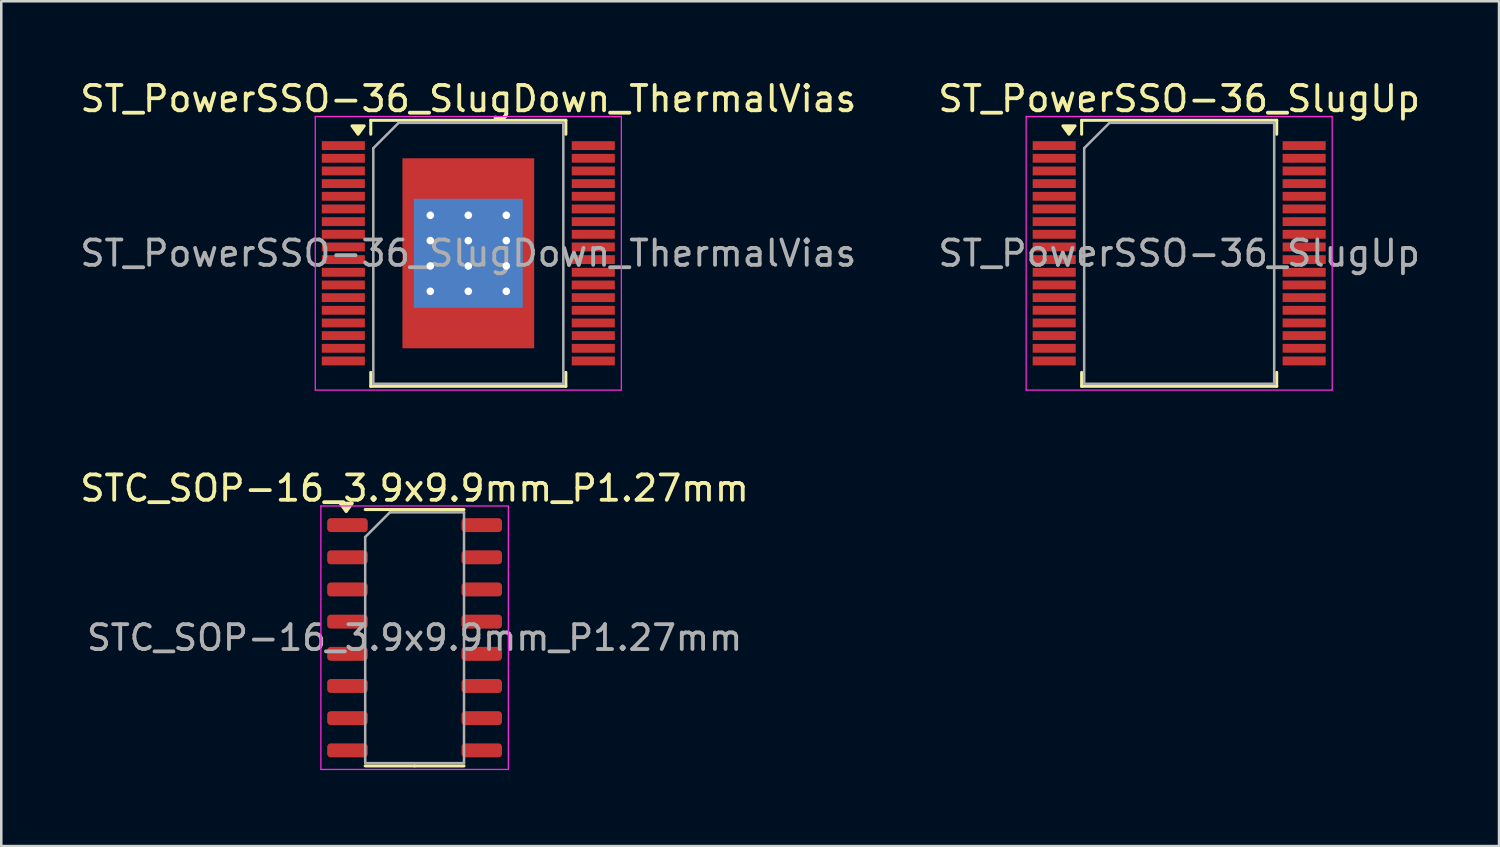
<source format=kicad_pcb>
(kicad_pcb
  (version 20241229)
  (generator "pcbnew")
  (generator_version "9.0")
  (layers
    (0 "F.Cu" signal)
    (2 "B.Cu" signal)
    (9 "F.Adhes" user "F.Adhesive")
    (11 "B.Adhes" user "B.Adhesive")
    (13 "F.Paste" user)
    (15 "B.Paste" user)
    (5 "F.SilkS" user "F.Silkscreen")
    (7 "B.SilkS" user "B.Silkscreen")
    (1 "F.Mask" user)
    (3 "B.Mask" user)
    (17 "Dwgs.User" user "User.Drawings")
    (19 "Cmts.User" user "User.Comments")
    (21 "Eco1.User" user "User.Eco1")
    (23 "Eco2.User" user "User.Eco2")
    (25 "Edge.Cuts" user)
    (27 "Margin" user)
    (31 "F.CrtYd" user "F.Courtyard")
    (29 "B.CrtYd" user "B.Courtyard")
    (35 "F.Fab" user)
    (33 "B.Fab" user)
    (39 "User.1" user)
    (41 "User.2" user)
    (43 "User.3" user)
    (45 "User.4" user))
  (footprint "ST_PowerSSO-36_SlugDown_ThermalVias"
    (layer "F.Cu")
    (at 15.435 6.948)
    (property "Reference" "ST_PowerSSO-36_SlugDown_ThermalVias" (at 0 -6.1 0) (layer "F.SilkS") (effects (font (size 1 1) (thickness 0.15))))
    (attr smd)
    (fp_line (start -3.85 -5.25) (end -3.85 -4.7) (stroke (width 0.12) (type solid)) (layer "F.SilkS"))
    (fp_line (start -3.85 5.25) (end -3.85 4.7) (stroke (width 0.12) (type solid)) (layer "F.SilkS"))
    (fp_line (start 3.85 -5.25) (end -3.85 -5.25) (stroke (width 0.12) (type solid)) (layer "F.SilkS"))
    (fp_line (start 3.85 -5.25) (end 3.85 -4.7) (stroke (width 0.12) (type solid)) (layer "F.SilkS"))
    (fp_line (start 3.85 5.25) (end -3.85 5.25) (stroke (width 0.12) (type solid)) (layer "F.SilkS"))
    (fp_line (start 3.85 5.25) (end 3.85 4.7) (stroke (width 0.12) (type solid)) (layer "F.SilkS"))
    (fp_poly (pts (xy -4.35 -4.7) (xy -4.59 -5.03) (xy -4.11 -5.03) (xy -4.35 -4.7)) (stroke (width 0.12) (type solid)) (fill yes) (layer "F.SilkS"))
    (fp_line (start -6.04 -5.4) (end -6.04 5.4) (stroke (width 0.05) (type solid)) (layer "F.CrtYd"))
    (fp_line (start -6.04 -5.4) (end 6.04 -5.4) (stroke (width 0.05) (type solid)) (layer "F.CrtYd"))
    (fp_line (start 6.04 5.4) (end -6.04 5.4) (stroke (width 0.05) (type solid)) (layer "F.CrtYd"))
    (fp_line (start 6.04 5.4) (end 6.04 -5.4) (stroke (width 0.05) (type solid)) (layer "F.CrtYd"))
    (fp_line (start -3.75 -4.15) (end -3.75 5.15) (stroke (width 0.1) (type solid)) (layer "F.Fab"))
    (fp_line (start -3.75 5.15) (end 3.75 5.15) (stroke (width 0.1) (type solid)) (layer "F.Fab"))
    (fp_line (start -2.75 -5.15) (end -3.75 -4.15) (stroke (width 0.1) (type solid)) (layer "F.Fab"))
    (fp_line (start 3.75 -5.15) (end -2.75 -5.15) (stroke (width 0.1) (type solid)) (layer "F.Fab"))
    (fp_line (start 3.75 5.15) (end 3.75 -5.15) (stroke (width 0.1) (type solid)) (layer "F.Fab"))
    (fp_text user "${REFERENCE}" (at 0 0 0) (layer "F.Fab") (effects (font (size 1 1) (thickness 0.15))))
    (pad "1" smd rect (at -4.933 -4.25) (size 1.7 0.35) (layers "F.Cu" "F.Mask" "F.Paste"))
    (pad "2" smd rect (at -4.933 -3.75) (size 1.7 0.35) (layers "F.Cu" "F.Mask" "F.Paste"))
    (pad "3" smd rect (at -4.933 -3.25) (size 1.7 0.35) (layers "F.Cu" "F.Mask" "F.Paste"))
    (pad "4" smd rect (at -4.933 -2.75) (size 1.7 0.35) (layers "F.Cu" "F.Mask" "F.Paste"))
    (pad "5" smd rect (at -4.933 -2.25) (size 1.7 0.35) (layers "F.Cu" "F.Mask" "F.Paste"))
    (pad "6" smd rect (at -4.933 -1.75) (size 1.7 0.35) (layers "F.Cu" "F.Mask" "F.Paste"))
    (pad "7" smd rect (at -4.933 -1.25) (size 1.7 0.35) (layers "F.Cu" "F.Mask" "F.Paste"))
    (pad "8" smd rect (at -4.933 -0.75) (size 1.7 0.35) (layers "F.Cu" "F.Mask" "F.Paste"))
    (pad "9" smd rect (at -4.933 -0.25) (size 1.7 0.35) (layers "F.Cu" "F.Mask" "F.Paste"))
    (pad "10" smd rect (at -4.933 0.25) (size 1.7 0.35) (layers "F.Cu" "F.Mask" "F.Paste"))
    (pad "11" smd rect (at -4.933 0.75) (size 1.7 0.35) (layers "F.Cu" "F.Mask" "F.Paste"))
    (pad "12" smd rect (at -4.933 1.25) (size 1.7 0.35) (layers "F.Cu" "F.Mask" "F.Paste"))
    (pad "13" smd rect (at -4.933 1.75) (size 1.7 0.35) (layers "F.Cu" "F.Mask" "F.Paste"))
    (pad "14" smd rect (at -4.933 2.25) (size 1.7 0.35) (layers "F.Cu" "F.Mask" "F.Paste"))
    (pad "15" smd rect (at -4.933 2.75) (size 1.7 0.35) (layers "F.Cu" "F.Mask" "F.Paste"))
    (pad "16" smd rect (at -4.933 3.25) (size 1.7 0.35) (layers "F.Cu" "F.Mask" "F.Paste"))
    (pad "17" smd rect (at -4.933 3.75) (size 1.7 0.35) (layers "F.Cu" "F.Mask" "F.Paste"))
    (pad "18" smd rect (at -4.933 4.25) (size 1.7 0.35) (layers "F.Cu" "F.Mask" "F.Paste"))
    (pad "19" smd rect (at 4.933 4.25) (size 1.7 0.35) (layers "F.Cu" "F.Mask" "F.Paste"))
    (pad "20" smd rect (at 4.933 3.75) (size 1.7 0.35) (layers "F.Cu" "F.Mask" "F.Paste"))
    (pad "21" smd rect (at 4.933 3.25) (size 1.7 0.35) (layers "F.Cu" "F.Mask" "F.Paste"))
    (pad "22" smd rect (at 4.933 2.75) (size 1.7 0.35) (layers "F.Cu" "F.Mask" "F.Paste"))
    (pad "23" smd rect (at 4.933 2.25) (size 1.7 0.35) (layers "F.Cu" "F.Mask" "F.Paste"))
    (pad "24" smd rect (at 4.933 1.75) (size 1.7 0.35) (layers "F.Cu" "F.Mask" "F.Paste"))
    (pad "25" smd rect (at 4.933 1.25) (size 1.7 0.35) (layers "F.Cu" "F.Mask" "F.Paste"))
    (pad "26" smd rect (at 4.933 0.75) (size 1.7 0.35) (layers "F.Cu" "F.Mask" "F.Paste"))
    (pad "27" smd rect (at 4.933 0.25) (size 1.7 0.35) (layers "F.Cu" "F.Mask" "F.Paste"))
    (pad "28" smd rect (at 4.933 -0.25) (size 1.7 0.35) (layers "F.Cu" "F.Mask" "F.Paste"))
    (pad "29" smd rect (at 4.933 -0.75) (size 1.7 0.35) (layers "F.Cu" "F.Mask" "F.Paste"))
    (pad "30" smd rect (at 4.933 -1.25) (size 1.7 0.35) (layers "F.Cu" "F.Mask" "F.Paste"))
    (pad "31" smd rect (at 4.933 -1.75) (size 1.7 0.35) (layers "F.Cu" "F.Mask" "F.Paste"))
    (pad "32" smd rect (at 4.933 -2.25) (size 1.7 0.35) (layers "F.Cu" "F.Mask" "F.Paste"))
    (pad "33" smd rect (at 4.933 -2.75) (size 1.7 0.35) (layers "F.Cu" "F.Mask" "F.Paste"))
    (pad "34" smd rect (at 4.933 -3.25) (size 1.7 0.35) (layers "F.Cu" "F.Mask" "F.Paste"))
    (pad "35" smd rect (at 4.933 -3.75) (size 1.7 0.35) (layers "F.Cu" "F.Mask" "F.Paste"))
    (pad "36" smd rect (at 4.933 -4.25) (size 1.7 0.35) (layers "F.Cu" "F.Mask" "F.Paste"))
    (pad "37" thru_hole circle (at -1.5 -1.5) (size 0.6 0.6) (drill 0.3) (layers "*.Cu"))
    (pad "37" thru_hole circle (at -1.5 -0.5) (size 0.6 0.6) (drill 0.3) (layers "*.Cu"))
    (pad "37" thru_hole circle (at -1.5 0.5) (size 0.6 0.6) (drill 0.3) (layers "*.Cu"))
    (pad "37" thru_hole circle (at -1.5 1.5) (size 0.6 0.6) (drill 0.3) (layers "*.Cu"))
    (pad "37" thru_hole circle (at 0 -1.5) (size 0.6 0.6) (drill 0.3) (layers "*.Cu"))
    (pad "37" thru_hole circle (at 0 -0.5) (size 0.6 0.6) (drill 0.3) (layers "*.Cu"))
    (pad "37" smd rect (at 0 0) (size 4.3 4.3) (layers "B.Cu"))
    (pad "37" smd rect (at 0 0) (size 5.2 7.5) (layers "F.Cu" "F.Mask" "F.Paste"))
    (pad "37" thru_hole circle (at 0 0.5) (size 0.6 0.6) (drill 0.3) (layers "*.Cu"))
    (pad "37" thru_hole circle (at 0 1.5) (size 0.6 0.6) (drill 0.3) (layers "*.Cu"))
    (pad "37" thru_hole circle (at 1.5 -1.5) (size 0.6 0.6) (drill 0.3) (layers "*.Cu"))
    (pad "37" thru_hole circle (at 1.5 -0.5) (size 0.6 0.6) (drill 0.3) (layers "*.Cu"))
    (pad "37" thru_hole circle (at 1.5 0.5) (size 0.6 0.6) (drill 0.3) (layers "*.Cu"))
    (pad "37" thru_hole circle (at 1.5 1.5) (size 0.6 0.6) (drill 0.3) (layers "*.Cu")))
  (footprint "STC_SOP-16_3.9x9.9mm_P1.27mm"
    (layer "F.Cu")
    (at 13.315 22.122)
    (property "Reference" "STC_SOP-16_3.9x9.9mm_P1.27mm" (at 0 -5.9 0) (layer "F.SilkS") (effects (font (size 1 1) (thickness 0.15))))
    (attr smd)
    (fp_line (start 0 -5.06) (end -1.95 -5.06) (stroke (width 0.12) (type solid)) (layer "F.SilkS"))
    (fp_line (start 0 -5.06) (end 1.95 -5.06) (stroke (width 0.12) (type solid)) (layer "F.SilkS"))
    (fp_line (start 0 5.06) (end -1.95 5.06) (stroke (width 0.12) (type solid)) (layer "F.SilkS"))
    (fp_line (start 0 5.06) (end 1.95 5.06) (stroke (width 0.12) (type solid)) (layer "F.SilkS"))
    (fp_poly (pts (xy -2.7 -4.98) (xy -2.94 -5.31) (xy -2.46 -5.31) (xy -2.7 -4.98)) (stroke (width 0.12) (type solid)) (fill yes) (layer "F.SilkS"))
    (fp_line (start -3.7 -5.2) (end -3.7 5.2) (stroke (width 0.05) (type solid)) (layer "F.CrtYd"))
    (fp_line (start -3.7 5.2) (end 3.7 5.2) (stroke (width 0.05) (type solid)) (layer "F.CrtYd"))
    (fp_line (start 3.7 -5.2) (end -3.7 -5.2) (stroke (width 0.05) (type solid)) (layer "F.CrtYd"))
    (fp_line (start 3.7 5.2) (end 3.7 -5.2) (stroke (width 0.05) (type solid)) (layer "F.CrtYd"))
    (fp_line (start -1.95 -3.975) (end -0.975 -4.95) (stroke (width 0.1) (type solid)) (layer "F.Fab"))
    (fp_line (start -1.95 4.95) (end -1.95 -3.975) (stroke (width 0.1) (type solid)) (layer "F.Fab"))
    (fp_line (start -0.975 -4.95) (end 1.95 -4.95) (stroke (width 0.1) (type solid)) (layer "F.Fab"))
    (fp_line (start 1.95 -4.95) (end 1.95 4.95) (stroke (width 0.1) (type solid)) (layer "F.Fab"))
    (fp_line (start 1.95 4.95) (end -1.95 4.95) (stroke (width 0.1) (type solid)) (layer "F.Fab"))
    (fp_text user "${REFERENCE}" (at 0 0 0) (layer "F.Fab") (effects (font (size 0.98 0.98) (thickness 0.15))))
    (pad "1" smd roundrect (at -2.65 -4.445) (size 1.6 0.55) (layers "F.Cu" "F.Mask" "F.Paste") (roundrect_rratio 0.25))
    (pad "2" smd roundrect (at -2.65 -3.175) (size 1.6 0.55) (layers "F.Cu" "F.Mask" "F.Paste") (roundrect_rratio 0.25))
    (pad "3" smd roundrect (at -2.65 -1.905) (size 1.6 0.55) (layers "F.Cu" "F.Mask" "F.Paste") (roundrect_rratio 0.25))
    (pad "4" smd roundrect (at -2.65 -0.635) (size 1.6 0.55) (layers "F.Cu" "F.Mask" "F.Paste") (roundrect_rratio 0.25))
    (pad "5" smd roundrect (at -2.65 0.635) (size 1.6 0.55) (layers "F.Cu" "F.Mask" "F.Paste") (roundrect_rratio 0.25))
    (pad "6" smd roundrect (at -2.65 1.905) (size 1.6 0.55) (layers "F.Cu" "F.Mask" "F.Paste") (roundrect_rratio 0.25))
    (pad "7" smd roundrect (at -2.65 3.175) (size 1.6 0.55) (layers "F.Cu" "F.Mask" "F.Paste") (roundrect_rratio 0.25))
    (pad "8" smd roundrect (at -2.65 4.445) (size 1.6 0.55) (layers "F.Cu" "F.Mask" "F.Paste") (roundrect_rratio 0.25))
    (pad "9" smd roundrect (at 2.65 4.445) (size 1.6 0.55) (layers "F.Cu" "F.Mask" "F.Paste") (roundrect_rratio 0.25))
    (pad "10" smd roundrect (at 2.65 3.175) (size 1.6 0.55) (layers "F.Cu" "F.Mask" "F.Paste") (roundrect_rratio 0.25))
    (pad "11" smd roundrect (at 2.65 1.905) (size 1.6 0.55) (layers "F.Cu" "F.Mask" "F.Paste") (roundrect_rratio 0.25))
    (pad "12" smd roundrect (at 2.65 0.635) (size 1.6 0.55) (layers "F.Cu" "F.Mask" "F.Paste") (roundrect_rratio 0.25))
    (pad "13" smd roundrect (at 2.65 -0.635) (size 1.6 0.55) (layers "F.Cu" "F.Mask" "F.Paste") (roundrect_rratio 0.25))
    (pad "14" smd roundrect (at 2.65 -1.905) (size 1.6 0.55) (layers "F.Cu" "F.Mask" "F.Paste") (roundrect_rratio 0.25))
    (pad "15" smd roundrect (at 2.65 -3.175) (size 1.6 0.55) (layers "F.Cu" "F.Mask" "F.Paste") (roundrect_rratio 0.25))
    (pad "16" smd roundrect (at 2.65 -4.445) (size 1.6 0.55) (layers "F.Cu" "F.Mask" "F.Paste") (roundrect_rratio 0.25)))
  (footprint "ST_PowerSSO-36_SlugUp"
    (layer "F.Cu")
    (at 43.494 6.948)
    (property "Reference" "ST_PowerSSO-36_SlugUp" (at 0 -6.1 0) (layer "F.SilkS") (effects (font (size 1 1) (thickness 0.15))))
    (attr smd)
    (fp_line (start -3.85 -5.25) (end -3.85 -4.7) (stroke (width 0.12) (type solid)) (layer "F.SilkS"))
    (fp_line (start -3.85 5.25) (end -3.85 4.7) (stroke (width 0.12) (type solid)) (layer "F.SilkS"))
    (fp_line (start 3.85 -5.25) (end -3.85 -5.25) (stroke (width 0.12) (type solid)) (layer "F.SilkS"))
    (fp_line (start 3.85 -5.25) (end 3.85 -4.7) (stroke (width 0.12) (type solid)) (layer "F.SilkS"))
    (fp_line (start 3.85 5.25) (end -3.85 5.25) (stroke (width 0.12) (type solid)) (layer "F.SilkS"))
    (fp_line (start 3.85 5.25) (end 3.85 4.7) (stroke (width 0.12) (type solid)) (layer "F.SilkS"))
    (fp_poly (pts (xy -4.35 -4.7) (xy -4.59 -5.03) (xy -4.11 -5.03) (xy -4.35 -4.7)) (stroke (width 0.12) (type solid)) (fill yes) (layer "F.SilkS"))
    (fp_line (start -6.04 -5.4) (end -6.04 5.4) (stroke (width 0.05) (type solid)) (layer "F.CrtYd"))
    (fp_line (start -6.04 -5.4) (end 6.04 -5.4) (stroke (width 0.05) (type solid)) (layer "F.CrtYd"))
    (fp_line (start 6.04 5.4) (end -6.04 5.4) (stroke (width 0.05) (type solid)) (layer "F.CrtYd"))
    (fp_line (start 6.04 5.4) (end 6.04 -5.4) (stroke (width 0.05) (type solid)) (layer "F.CrtYd"))
    (fp_line (start -3.75 -4.15) (end -3.75 5.15) (stroke (width 0.1) (type solid)) (layer "F.Fab"))
    (fp_line (start -3.75 5.15) (end 3.75 5.15) (stroke (width 0.1) (type solid)) (layer "F.Fab"))
    (fp_line (start -2.75 -5.15) (end -3.75 -4.15) (stroke (width 0.1) (type solid)) (layer "F.Fab"))
    (fp_line (start 3.75 -5.15) (end -2.75 -5.15) (stroke (width 0.1) (type solid)) (layer "F.Fab"))
    (fp_line (start 3.75 5.15) (end 3.75 -5.15) (stroke (width 0.1) (type solid)) (layer "F.Fab"))
    (fp_text user "${REFERENCE}" (at 0 0 0) (layer "F.Fab") (effects (font (size 1 1) (thickness 0.15))))
    (pad "1" smd rect (at -4.933 -4.25) (size 1.7 0.35) (layers "F.Cu" "F.Mask" "F.Paste"))
    (pad "2" smd rect (at -4.933 -3.75) (size 1.7 0.35) (layers "F.Cu" "F.Mask" "F.Paste"))
    (pad "3" smd rect (at -4.933 -3.25) (size 1.7 0.35) (layers "F.Cu" "F.Mask" "F.Paste"))
    (pad "4" smd rect (at -4.933 -2.75) (size 1.7 0.35) (layers "F.Cu" "F.Mask" "F.Paste"))
    (pad "5" smd rect (at -4.933 -2.25) (size 1.7 0.35) (layers "F.Cu" "F.Mask" "F.Paste"))
    (pad "6" smd rect (at -4.933 -1.75) (size 1.7 0.35) (layers "F.Cu" "F.Mask" "F.Paste"))
    (pad "7" smd rect (at -4.933 -1.25) (size 1.7 0.35) (layers "F.Cu" "F.Mask" "F.Paste"))
    (pad "8" smd rect (at -4.933 -0.75) (size 1.7 0.35) (layers "F.Cu" "F.Mask" "F.Paste"))
    (pad "9" smd rect (at -4.933 -0.25) (size 1.7 0.35) (layers "F.Cu" "F.Mask" "F.Paste"))
    (pad "10" smd rect (at -4.933 0.25) (size 1.7 0.35) (layers "F.Cu" "F.Mask" "F.Paste"))
    (pad "11" smd rect (at -4.933 0.75) (size 1.7 0.35) (layers "F.Cu" "F.Mask" "F.Paste"))
    (pad "12" smd rect (at -4.933 1.25) (size 1.7 0.35) (layers "F.Cu" "F.Mask" "F.Paste"))
    (pad "13" smd rect (at -4.933 1.75) (size 1.7 0.35) (layers "F.Cu" "F.Mask" "F.Paste"))
    (pad "14" smd rect (at -4.933 2.25) (size 1.7 0.35) (layers "F.Cu" "F.Mask" "F.Paste"))
    (pad "15" smd rect (at -4.933 2.75) (size 1.7 0.35) (layers "F.Cu" "F.Mask" "F.Paste"))
    (pad "16" smd rect (at -4.933 3.25) (size 1.7 0.35) (layers "F.Cu" "F.Mask" "F.Paste"))
    (pad "17" smd rect (at -4.933 3.75) (size 1.7 0.35) (layers "F.Cu" "F.Mask" "F.Paste"))
    (pad "18" smd rect (at -4.933 4.25) (size 1.7 0.35) (layers "F.Cu" "F.Mask" "F.Paste"))
    (pad "19" smd rect (at 4.933 4.25) (size 1.7 0.35) (layers "F.Cu" "F.Mask" "F.Paste"))
    (pad "20" smd rect (at 4.933 3.75) (size 1.7 0.35) (layers "F.Cu" "F.Mask" "F.Paste"))
    (pad "21" smd rect (at 4.933 3.25) (size 1.7 0.35) (layers "F.Cu" "F.Mask" "F.Paste"))
    (pad "22" smd rect (at 4.933 2.75) (size 1.7 0.35) (layers "F.Cu" "F.Mask" "F.Paste"))
    (pad "23" smd rect (at 4.933 2.25) (size 1.7 0.35) (layers "F.Cu" "F.Mask" "F.Paste"))
    (pad "24" smd rect (at 4.933 1.75) (size 1.7 0.35) (layers "F.Cu" "F.Mask" "F.Paste"))
    (pad "25" smd rect (at 4.933 1.25) (size 1.7 0.35) (layers "F.Cu" "F.Mask" "F.Paste"))
    (pad "26" smd rect (at 4.933 0.75) (size 1.7 0.35) (layers "F.Cu" "F.Mask" "F.Paste"))
    (pad "27" smd rect (at 4.933 0.25) (size 1.7 0.35) (layers "F.Cu" "F.Mask" "F.Paste"))
    (pad "28" smd rect (at 4.933 -0.25) (size 1.7 0.35) (layers "F.Cu" "F.Mask" "F.Paste"))
    (pad "29" smd rect (at 4.933 -0.75) (size 1.7 0.35) (layers "F.Cu" "F.Mask" "F.Paste"))
    (pad "30" smd rect (at 4.933 -1.25) (size 1.7 0.35) (layers "F.Cu" "F.Mask" "F.Paste"))
    (pad "31" smd rect (at 4.933 -1.75) (size 1.7 0.35) (layers "F.Cu" "F.Mask" "F.Paste"))
    (pad "32" smd rect (at 4.933 -2.25) (size 1.7 0.35) (layers "F.Cu" "F.Mask" "F.Paste"))
    (pad "33" smd rect (at 4.933 -2.75) (size 1.7 0.35) (layers "F.Cu" "F.Mask" "F.Paste"))
    (pad "34" smd rect (at 4.933 -3.25) (size 1.7 0.35) (layers "F.Cu" "F.Mask" "F.Paste"))
    (pad "35" smd rect (at 4.933 -3.75) (size 1.7 0.35) (layers "F.Cu" "F.Mask" "F.Paste"))
    (pad "36" smd rect (at 4.933 -4.25) (size 1.7 0.35) (layers "F.Cu" "F.Mask" "F.Paste")))
  (gr_rect
    (start -3 -3)
    (end 56.119 30.346)
    (stroke (width 0.1) (type default))
    (fill no)
    (layer "Edge.Cuts")))
</source>
